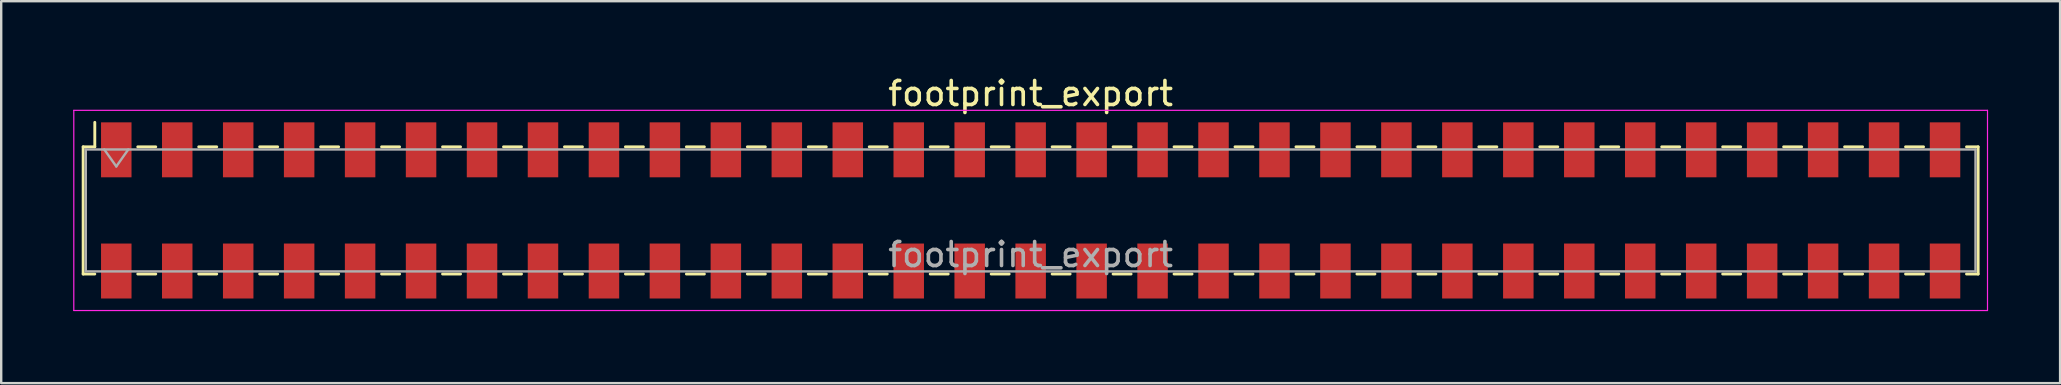
<source format=kicad_pcb>
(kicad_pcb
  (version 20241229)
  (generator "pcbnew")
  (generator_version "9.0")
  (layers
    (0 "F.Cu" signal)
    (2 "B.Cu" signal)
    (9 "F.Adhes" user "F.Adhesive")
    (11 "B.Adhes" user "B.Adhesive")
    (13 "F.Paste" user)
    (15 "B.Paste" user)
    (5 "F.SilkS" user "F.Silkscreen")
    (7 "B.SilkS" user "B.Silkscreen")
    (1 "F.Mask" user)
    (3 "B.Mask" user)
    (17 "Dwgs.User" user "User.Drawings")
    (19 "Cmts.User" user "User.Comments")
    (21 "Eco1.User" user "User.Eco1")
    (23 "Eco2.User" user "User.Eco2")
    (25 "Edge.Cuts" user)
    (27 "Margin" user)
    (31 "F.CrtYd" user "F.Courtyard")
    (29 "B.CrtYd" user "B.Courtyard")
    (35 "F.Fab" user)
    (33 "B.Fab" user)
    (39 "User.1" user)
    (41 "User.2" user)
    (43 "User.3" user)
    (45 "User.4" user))
  (footprint "footprint_export"
    (layer "F.Cu")
    (at 39.895 5.718)
    (property "Reference" "footprint_export" (at 0 -4.87 0) (layer "F.SilkS") (effects (font (size 1 1) (thickness 0.15))))
    (attr smd)
    (fp_line (start -39.48 -2.65) (end -39.48 2.65) (stroke (width 0.12) (type solid)) (layer "F.SilkS"))
    (fp_line (start -39.48 2.65) (end -38.995 2.65) (stroke (width 0.12) (type solid)) (layer "F.SilkS"))
    (fp_line (start -38.995 -3.67) (end -38.995 -2.65) (stroke (width 0.12) (type solid)) (layer "F.SilkS"))
    (fp_line (start -38.995 -2.65) (end -39.48 -2.65) (stroke (width 0.12) (type solid)) (layer "F.SilkS"))
    (fp_line (start -37.205 -2.65) (end -36.455 -2.65) (stroke (width 0.12) (type solid)) (layer "F.SilkS"))
    (fp_line (start -37.205 2.65) (end -36.455 2.65) (stroke (width 0.12) (type solid)) (layer "F.SilkS"))
    (fp_line (start -34.665 -2.65) (end -33.915 -2.65) (stroke (width 0.12) (type solid)) (layer "F.SilkS"))
    (fp_line (start -34.665 2.65) (end -33.915 2.65) (stroke (width 0.12) (type solid)) (layer "F.SilkS"))
    (fp_line (start -32.125 -2.65) (end -31.375 -2.65) (stroke (width 0.12) (type solid)) (layer "F.SilkS"))
    (fp_line (start -32.125 2.65) (end -31.375 2.65) (stroke (width 0.12) (type solid)) (layer "F.SilkS"))
    (fp_line (start -29.585 -2.65) (end -28.835 -2.65) (stroke (width 0.12) (type solid)) (layer "F.SilkS"))
    (fp_line (start -29.585 2.65) (end -28.835 2.65) (stroke (width 0.12) (type solid)) (layer "F.SilkS"))
    (fp_line (start -27.045 -2.65) (end -26.295 -2.65) (stroke (width 0.12) (type solid)) (layer "F.SilkS"))
    (fp_line (start -27.045 2.65) (end -26.295 2.65) (stroke (width 0.12) (type solid)) (layer "F.SilkS"))
    (fp_line (start -24.505 -2.65) (end -23.755 -2.65) (stroke (width 0.12) (type solid)) (layer "F.SilkS"))
    (fp_line (start -24.505 2.65) (end -23.755 2.65) (stroke (width 0.12) (type solid)) (layer "F.SilkS"))
    (fp_line (start -21.965 -2.65) (end -21.215 -2.65) (stroke (width 0.12) (type solid)) (layer "F.SilkS"))
    (fp_line (start -21.965 2.65) (end -21.215 2.65) (stroke (width 0.12) (type solid)) (layer "F.SilkS"))
    (fp_line (start -19.425 -2.65) (end -18.675 -2.65) (stroke (width 0.12) (type solid)) (layer "F.SilkS"))
    (fp_line (start -19.425 2.65) (end -18.675 2.65) (stroke (width 0.12) (type solid)) (layer "F.SilkS"))
    (fp_line (start -16.885 -2.65) (end -16.135 -2.65) (stroke (width 0.12) (type solid)) (layer "F.SilkS"))
    (fp_line (start -16.885 2.65) (end -16.135 2.65) (stroke (width 0.12) (type solid)) (layer "F.SilkS"))
    (fp_line (start -14.345 -2.65) (end -13.595 -2.65) (stroke (width 0.12) (type solid)) (layer "F.SilkS"))
    (fp_line (start -14.345 2.65) (end -13.595 2.65) (stroke (width 0.12) (type solid)) (layer "F.SilkS"))
    (fp_line (start -11.805 -2.65) (end -11.055 -2.65) (stroke (width 0.12) (type solid)) (layer "F.SilkS"))
    (fp_line (start -11.805 2.65) (end -11.055 2.65) (stroke (width 0.12) (type solid)) (layer "F.SilkS"))
    (fp_line (start -9.265 -2.65) (end -8.515 -2.65) (stroke (width 0.12) (type solid)) (layer "F.SilkS"))
    (fp_line (start -9.265 2.65) (end -8.515 2.65) (stroke (width 0.12) (type solid)) (layer "F.SilkS"))
    (fp_line (start -6.725 -2.65) (end -5.975 -2.65) (stroke (width 0.12) (type solid)) (layer "F.SilkS"))
    (fp_line (start -6.725 2.65) (end -5.975 2.65) (stroke (width 0.12) (type solid)) (layer "F.SilkS"))
    (fp_line (start -4.185 -2.65) (end -3.435 -2.65) (stroke (width 0.12) (type solid)) (layer "F.SilkS"))
    (fp_line (start -4.185 2.65) (end -3.435 2.65) (stroke (width 0.12) (type solid)) (layer "F.SilkS"))
    (fp_line (start -1.645 -2.65) (end -0.895 -2.65) (stroke (width 0.12) (type solid)) (layer "F.SilkS"))
    (fp_line (start -1.645 2.65) (end -0.895 2.65) (stroke (width 0.12) (type solid)) (layer "F.SilkS"))
    (fp_line (start 0.895 -2.65) (end 1.645 -2.65) (stroke (width 0.12) (type solid)) (layer "F.SilkS"))
    (fp_line (start 0.895 2.65) (end 1.645 2.65) (stroke (width 0.12) (type solid)) (layer "F.SilkS"))
    (fp_line (start 3.435 -2.65) (end 4.185 -2.65) (stroke (width 0.12) (type solid)) (layer "F.SilkS"))
    (fp_line (start 3.435 2.65) (end 4.185 2.65) (stroke (width 0.12) (type solid)) (layer "F.SilkS"))
    (fp_line (start 5.975 -2.65) (end 6.725 -2.65) (stroke (width 0.12) (type solid)) (layer "F.SilkS"))
    (fp_line (start 5.975 2.65) (end 6.725 2.65) (stroke (width 0.12) (type solid)) (layer "F.SilkS"))
    (fp_line (start 8.515 -2.65) (end 9.265 -2.65) (stroke (width 0.12) (type solid)) (layer "F.SilkS"))
    (fp_line (start 8.515 2.65) (end 9.265 2.65) (stroke (width 0.12) (type solid)) (layer "F.SilkS"))
    (fp_line (start 11.055 -2.65) (end 11.805 -2.65) (stroke (width 0.12) (type solid)) (layer "F.SilkS"))
    (fp_line (start 11.055 2.65) (end 11.805 2.65) (stroke (width 0.12) (type solid)) (layer "F.SilkS"))
    (fp_line (start 13.595 -2.65) (end 14.345 -2.65) (stroke (width 0.12) (type solid)) (layer "F.SilkS"))
    (fp_line (start 13.595 2.65) (end 14.345 2.65) (stroke (width 0.12) (type solid)) (layer "F.SilkS"))
    (fp_line (start 16.135 -2.65) (end 16.885 -2.65) (stroke (width 0.12) (type solid)) (layer "F.SilkS"))
    (fp_line (start 16.135 2.65) (end 16.885 2.65) (stroke (width 0.12) (type solid)) (layer "F.SilkS"))
    (fp_line (start 18.675 -2.65) (end 19.425 -2.65) (stroke (width 0.12) (type solid)) (layer "F.SilkS"))
    (fp_line (start 18.675 2.65) (end 19.425 2.65) (stroke (width 0.12) (type solid)) (layer "F.SilkS"))
    (fp_line (start 21.215 -2.65) (end 21.965 -2.65) (stroke (width 0.12) (type solid)) (layer "F.SilkS"))
    (fp_line (start 21.215 2.65) (end 21.965 2.65) (stroke (width 0.12) (type solid)) (layer "F.SilkS"))
    (fp_line (start 23.755 -2.65) (end 24.505 -2.65) (stroke (width 0.12) (type solid)) (layer "F.SilkS"))
    (fp_line (start 23.755 2.65) (end 24.505 2.65) (stroke (width 0.12) (type solid)) (layer "F.SilkS"))
    (fp_line (start 26.295 -2.65) (end 27.045 -2.65) (stroke (width 0.12) (type solid)) (layer "F.SilkS"))
    (fp_line (start 26.295 2.65) (end 27.045 2.65) (stroke (width 0.12) (type solid)) (layer "F.SilkS"))
    (fp_line (start 28.835 -2.65) (end 29.585 -2.65) (stroke (width 0.12) (type solid)) (layer "F.SilkS"))
    (fp_line (start 28.835 2.65) (end 29.585 2.65) (stroke (width 0.12) (type solid)) (layer "F.SilkS"))
    (fp_line (start 31.375 -2.65) (end 32.125 -2.65) (stroke (width 0.12) (type solid)) (layer "F.SilkS"))
    (fp_line (start 31.375 2.65) (end 32.125 2.65) (stroke (width 0.12) (type solid)) (layer "F.SilkS"))
    (fp_line (start 33.915 -2.65) (end 34.665 -2.65) (stroke (width 0.12) (type solid)) (layer "F.SilkS"))
    (fp_line (start 33.915 2.65) (end 34.665 2.65) (stroke (width 0.12) (type solid)) (layer "F.SilkS"))
    (fp_line (start 36.455 -2.65) (end 37.205 -2.65) (stroke (width 0.12) (type solid)) (layer "F.SilkS"))
    (fp_line (start 36.455 2.65) (end 37.205 2.65) (stroke (width 0.12) (type solid)) (layer "F.SilkS"))
    (fp_line (start 38.995 -2.65) (end 39.48 -2.65) (stroke (width 0.12) (type solid)) (layer "F.SilkS"))
    (fp_line (start 39.48 -2.65) (end 39.48 2.65) (stroke (width 0.12) (type solid)) (layer "F.SilkS"))
    (fp_line (start 39.48 2.65) (end 38.995 2.65) (stroke (width 0.12) (type solid)) (layer "F.SilkS"))
    (fp_line (start -39.87 -4.17) (end 39.87 -4.17) (stroke (width 0.05) (type solid)) (layer "F.CrtYd"))
    (fp_line (start -39.87 4.17) (end -39.87 -4.17) (stroke (width 0.05) (type solid)) (layer "F.CrtYd"))
    (fp_line (start 39.87 -4.17) (end 39.87 4.17) (stroke (width 0.05) (type solid)) (layer "F.CrtYd"))
    (fp_line (start 39.87 4.17) (end -39.87 4.17) (stroke (width 0.05) (type solid)) (layer "F.CrtYd"))
    (fp_line (start -39.37 -2.54) (end 39.37 -2.54) (stroke (width 0.1) (type solid)) (layer "F.Fab"))
    (fp_line (start -39.37 2.54) (end -39.37 -2.54) (stroke (width 0.1) (type solid)) (layer "F.Fab"))
    (fp_line (start -38.6 -2.54) (end -38.1 -1.833) (stroke (width 0.1) (type solid)) (layer "F.Fab"))
    (fp_line (start -38.1 -1.833) (end -37.6 -2.54) (stroke (width 0.1) (type solid)) (layer "F.Fab"))
    (fp_line (start 39.37 -2.54) (end 39.37 2.54) (stroke (width 0.1) (type solid)) (layer "F.Fab"))
    (fp_line (start 39.37 2.54) (end -39.37 2.54) (stroke (width 0.1) (type solid)) (layer "F.Fab"))
    (fp_text user "${REFERENCE}" (at 0 1.84 0) (layer "F.Fab") (effects (font (size 1 1) (thickness 0.15))))
    (pad "1" smd rect (at -38.1 -2.525) (size 1.27 2.29) (layers "F.Cu" "F.Mask" "F.Paste"))
    (pad "2" smd rect (at -38.1 2.525) (size 1.27 2.29) (layers "F.Cu" "F.Mask" "F.Paste"))
    (pad "3" smd rect (at -35.56 -2.525) (size 1.27 2.29) (layers "F.Cu" "F.Mask" "F.Paste"))
    (pad "4" smd rect (at -35.56 2.525) (size 1.27 2.29) (layers "F.Cu" "F.Mask" "F.Paste"))
    (pad "5" smd rect (at -33.02 -2.525) (size 1.27 2.29) (layers "F.Cu" "F.Mask" "F.Paste"))
    (pad "6" smd rect (at -33.02 2.525) (size 1.27 2.29) (layers "F.Cu" "F.Mask" "F.Paste"))
    (pad "7" smd rect (at -30.48 -2.525) (size 1.27 2.29) (layers "F.Cu" "F.Mask" "F.Paste"))
    (pad "8" smd rect (at -30.48 2.525) (size 1.27 2.29) (layers "F.Cu" "F.Mask" "F.Paste"))
    (pad "9" smd rect (at -27.94 -2.525) (size 1.27 2.29) (layers "F.Cu" "F.Mask" "F.Paste"))
    (pad "10" smd rect (at -27.94 2.525) (size 1.27 2.29) (layers "F.Cu" "F.Mask" "F.Paste"))
    (pad "11" smd rect (at -25.4 -2.525) (size 1.27 2.29) (layers "F.Cu" "F.Mask" "F.Paste"))
    (pad "12" smd rect (at -25.4 2.525) (size 1.27 2.29) (layers "F.Cu" "F.Mask" "F.Paste"))
    (pad "13" smd rect (at -22.86 -2.525) (size 1.27 2.29) (layers "F.Cu" "F.Mask" "F.Paste"))
    (pad "14" smd rect (at -22.86 2.525) (size 1.27 2.29) (layers "F.Cu" "F.Mask" "F.Paste"))
    (pad "15" smd rect (at -20.32 -2.525) (size 1.27 2.29) (layers "F.Cu" "F.Mask" "F.Paste"))
    (pad "16" smd rect (at -20.32 2.525) (size 1.27 2.29) (layers "F.Cu" "F.Mask" "F.Paste"))
    (pad "17" smd rect (at -17.78 -2.525) (size 1.27 2.29) (layers "F.Cu" "F.Mask" "F.Paste"))
    (pad "18" smd rect (at -17.78 2.525) (size 1.27 2.29) (layers "F.Cu" "F.Mask" "F.Paste"))
    (pad "19" smd rect (at -15.24 -2.525) (size 1.27 2.29) (layers "F.Cu" "F.Mask" "F.Paste"))
    (pad "20" smd rect (at -15.24 2.525) (size 1.27 2.29) (layers "F.Cu" "F.Mask" "F.Paste"))
    (pad "21" smd rect (at -12.7 -2.525) (size 1.27 2.29) (layers "F.Cu" "F.Mask" "F.Paste"))
    (pad "22" smd rect (at -12.7 2.525) (size 1.27 2.29) (layers "F.Cu" "F.Mask" "F.Paste"))
    (pad "23" smd rect (at -10.16 -2.525) (size 1.27 2.29) (layers "F.Cu" "F.Mask" "F.Paste"))
    (pad "24" smd rect (at -10.16 2.525) (size 1.27 2.29) (layers "F.Cu" "F.Mask" "F.Paste"))
    (pad "25" smd rect (at -7.62 -2.525) (size 1.27 2.29) (layers "F.Cu" "F.Mask" "F.Paste"))
    (pad "26" smd rect (at -7.62 2.525) (size 1.27 2.29) (layers "F.Cu" "F.Mask" "F.Paste"))
    (pad "27" smd rect (at -5.08 -2.525) (size 1.27 2.29) (layers "F.Cu" "F.Mask" "F.Paste"))
    (pad "28" smd rect (at -5.08 2.525) (size 1.27 2.29) (layers "F.Cu" "F.Mask" "F.Paste"))
    (pad "29" smd rect (at -2.54 -2.525) (size 1.27 2.29) (layers "F.Cu" "F.Mask" "F.Paste"))
    (pad "30" smd rect (at -2.54 2.525) (size 1.27 2.29) (layers "F.Cu" "F.Mask" "F.Paste"))
    (pad "31" smd rect (at 0 -2.525) (size 1.27 2.29) (layers "F.Cu" "F.Mask" "F.Paste"))
    (pad "32" smd rect (at 0 2.525) (size 1.27 2.29) (layers "F.Cu" "F.Mask" "F.Paste"))
    (pad "33" smd rect (at 2.54 -2.525) (size 1.27 2.29) (layers "F.Cu" "F.Mask" "F.Paste"))
    (pad "34" smd rect (at 2.54 2.525) (size 1.27 2.29) (layers "F.Cu" "F.Mask" "F.Paste"))
    (pad "35" smd rect (at 5.08 -2.525) (size 1.27 2.29) (layers "F.Cu" "F.Mask" "F.Paste"))
    (pad "36" smd rect (at 5.08 2.525) (size 1.27 2.29) (layers "F.Cu" "F.Mask" "F.Paste"))
    (pad "37" smd rect (at 7.62 -2.525) (size 1.27 2.29) (layers "F.Cu" "F.Mask" "F.Paste"))
    (pad "38" smd rect (at 7.62 2.525) (size 1.27 2.29) (layers "F.Cu" "F.Mask" "F.Paste"))
    (pad "39" smd rect (at 10.16 -2.525) (size 1.27 2.29) (layers "F.Cu" "F.Mask" "F.Paste"))
    (pad "40" smd rect (at 10.16 2.525) (size 1.27 2.29) (layers "F.Cu" "F.Mask" "F.Paste"))
    (pad "41" smd rect (at 12.7 -2.525) (size 1.27 2.29) (layers "F.Cu" "F.Mask" "F.Paste"))
    (pad "42" smd rect (at 12.7 2.525) (size 1.27 2.29) (layers "F.Cu" "F.Mask" "F.Paste"))
    (pad "43" smd rect (at 15.24 -2.525) (size 1.27 2.29) (layers "F.Cu" "F.Mask" "F.Paste"))
    (pad "44" smd rect (at 15.24 2.525) (size 1.27 2.29) (layers "F.Cu" "F.Mask" "F.Paste"))
    (pad "45" smd rect (at 17.78 -2.525) (size 1.27 2.29) (layers "F.Cu" "F.Mask" "F.Paste"))
    (pad "46" smd rect (at 17.78 2.525) (size 1.27 2.29) (layers "F.Cu" "F.Mask" "F.Paste"))
    (pad "47" smd rect (at 20.32 -2.525) (size 1.27 2.29) (layers "F.Cu" "F.Mask" "F.Paste"))
    (pad "48" smd rect (at 20.32 2.525) (size 1.27 2.29) (layers "F.Cu" "F.Mask" "F.Paste"))
    (pad "49" smd rect (at 22.86 -2.525) (size 1.27 2.29) (layers "F.Cu" "F.Mask" "F.Paste"))
    (pad "50" smd rect (at 22.86 2.525) (size 1.27 2.29) (layers "F.Cu" "F.Mask" "F.Paste"))
    (pad "51" smd rect (at 25.4 -2.525) (size 1.27 2.29) (layers "F.Cu" "F.Mask" "F.Paste"))
    (pad "52" smd rect (at 25.4 2.525) (size 1.27 2.29) (layers "F.Cu" "F.Mask" "F.Paste"))
    (pad "53" smd rect (at 27.94 -2.525) (size 1.27 2.29) (layers "F.Cu" "F.Mask" "F.Paste"))
    (pad "54" smd rect (at 27.94 2.525) (size 1.27 2.29) (layers "F.Cu" "F.Mask" "F.Paste"))
    (pad "55" smd rect (at 30.48 -2.525) (size 1.27 2.29) (layers "F.Cu" "F.Mask" "F.Paste"))
    (pad "56" smd rect (at 30.48 2.525) (size 1.27 2.29) (layers "F.Cu" "F.Mask" "F.Paste"))
    (pad "57" smd rect (at 33.02 -2.525) (size 1.27 2.29) (layers "F.Cu" "F.Mask" "F.Paste"))
    (pad "58" smd rect (at 33.02 2.525) (size 1.27 2.29) (layers "F.Cu" "F.Mask" "F.Paste"))
    (pad "59" smd rect (at 35.56 -2.525) (size 1.27 2.29) (layers "F.Cu" "F.Mask" "F.Paste"))
    (pad "60" smd rect (at 35.56 2.525) (size 1.27 2.29) (layers "F.Cu" "F.Mask" "F.Paste"))
    (pad "61" smd rect (at 38.1 -2.525) (size 1.27 2.29) (layers "F.Cu" "F.Mask" "F.Paste"))
    (pad "62" smd rect (at 38.1 2.525) (size 1.27 2.29) (layers "F.Cu" "F.Mask" "F.Paste")))
  (gr_rect
    (start -3 -3)
    (end 82.79 12.913)
    (stroke (width 0.1) (type default))
    (fill no)
    (layer "Edge.Cuts")))
</source>
